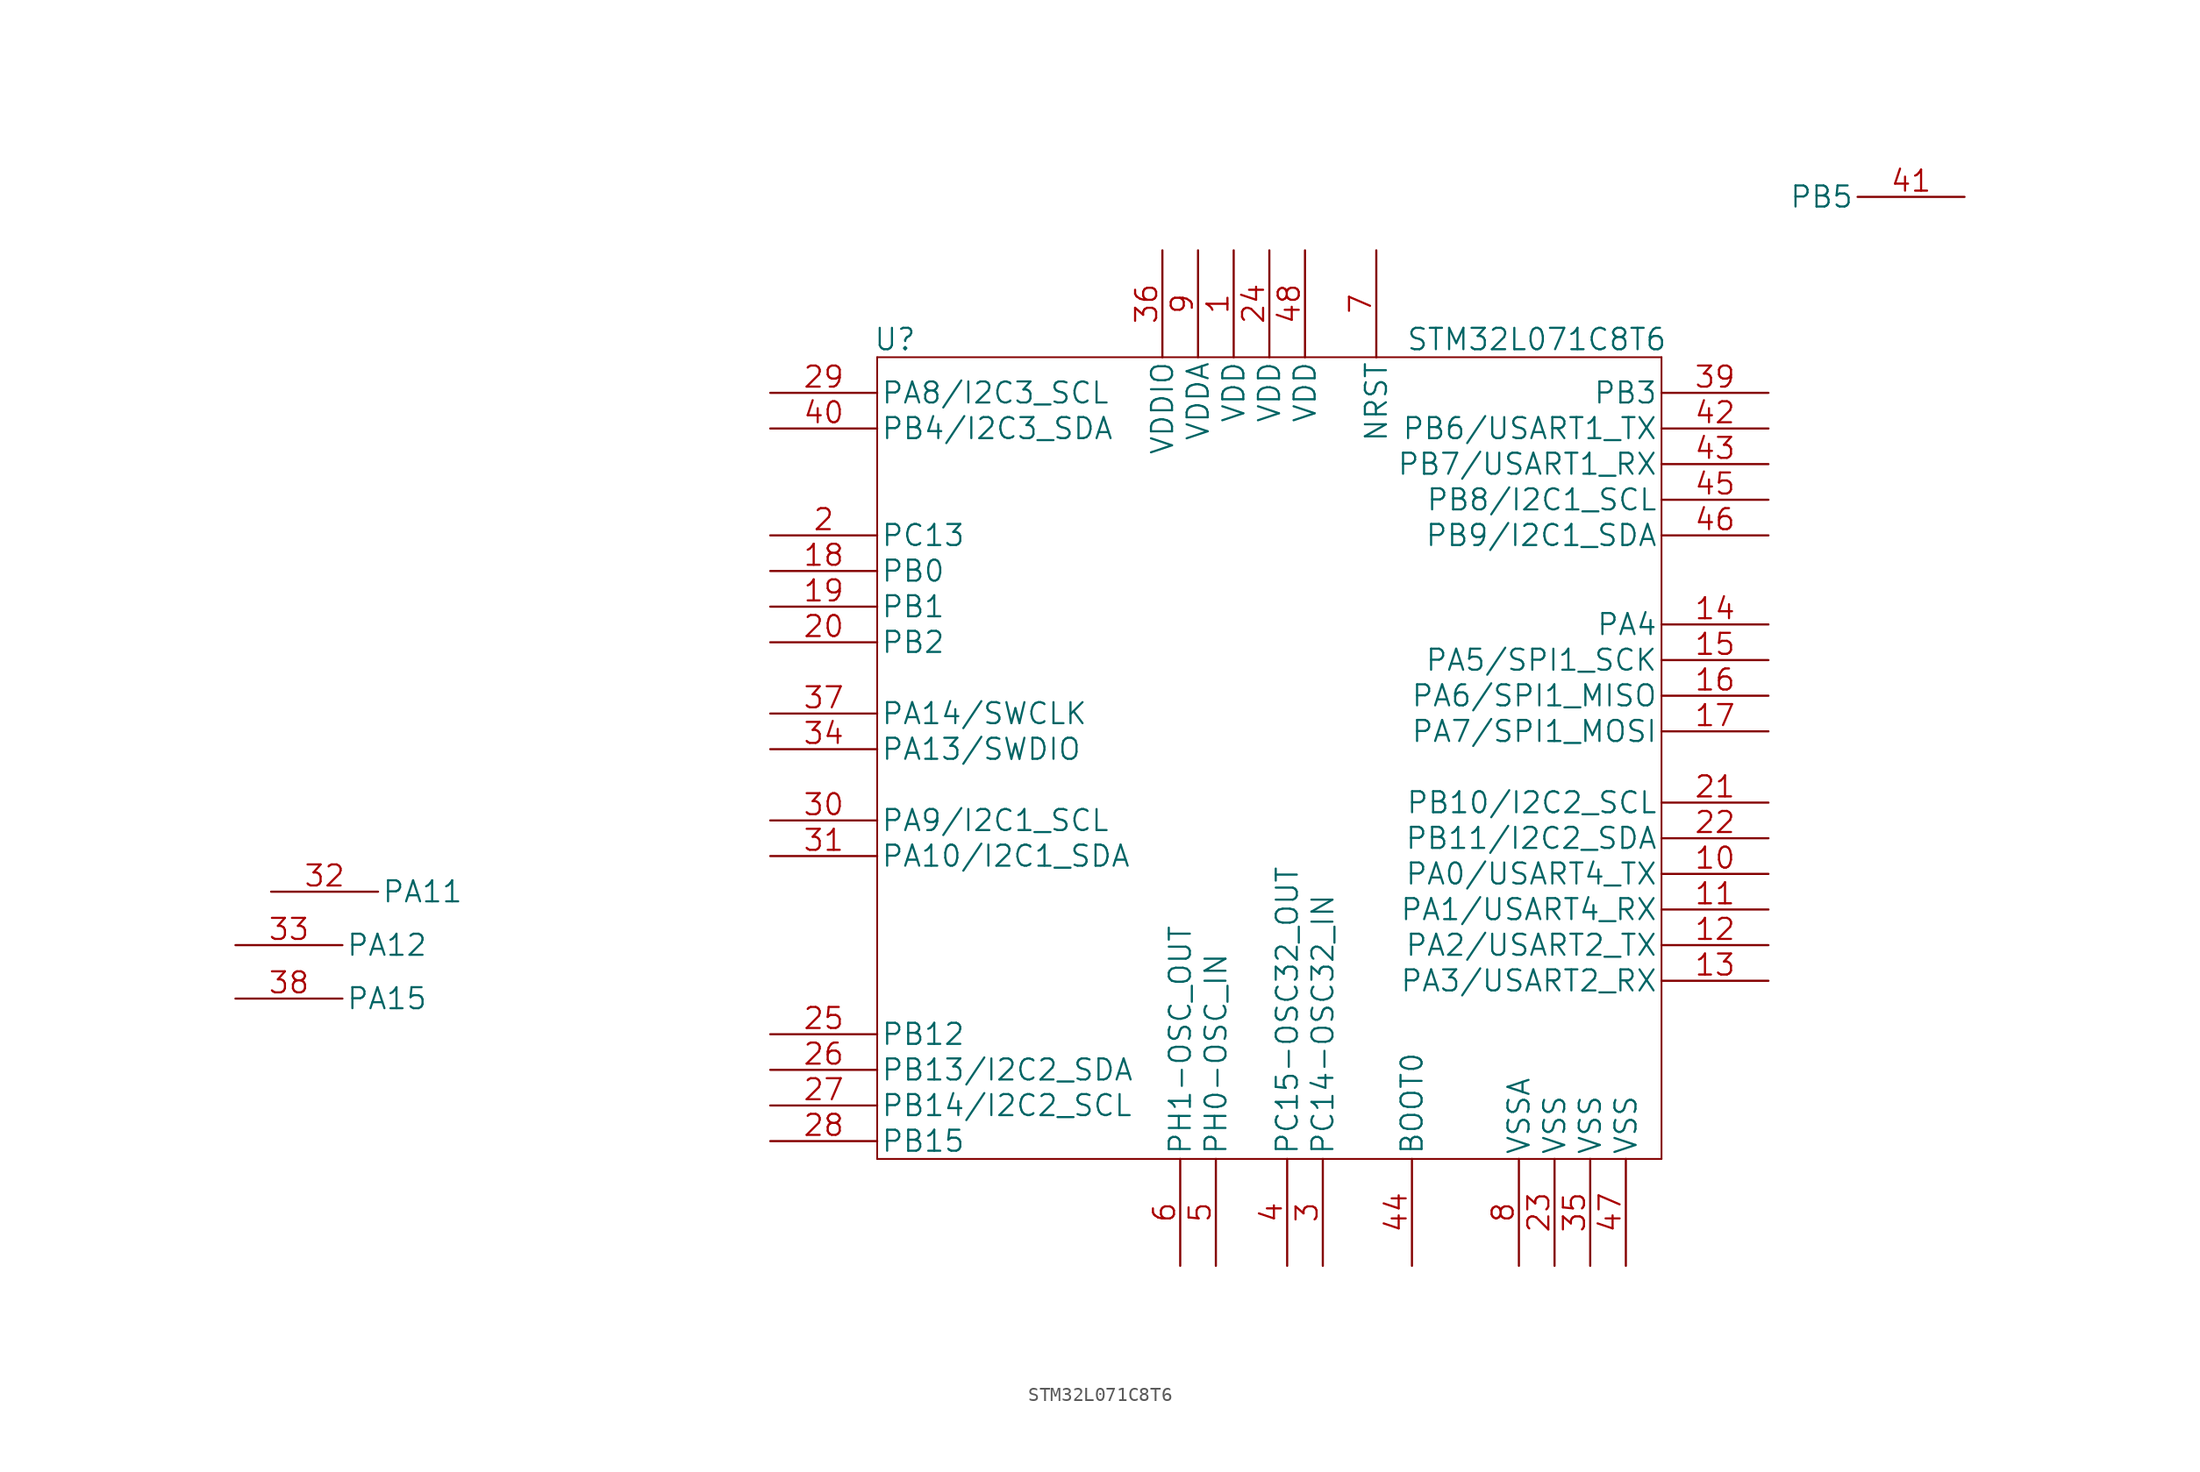
<source format=kicad_sym>
(kicad_symbol_lib
  (version 20211014)
  (generator kicad_symbol_editor)
  (symbol "STM32L071C8T6"
    (pin_names
      (offset 0.254))
    (property "Reference" "U"
      (at 8.89 3.81 0)
      (effects (font (size 1.524 1.524))))
    (property "Value" "STM32L071C8T6"
      (at 54.61 3.81 0)
      (effects (font (size 1.524 1.524))))
    (symbol "STM32L071C8T6_1_1"
      (polyline (pts (xy 7.62 -54.61) (xy 63.5 -54.61)) (stroke (width 0.127) (type default)) (fill (type none)))
      (polyline (pts (xy 7.62 2.54) (xy 7.62 -54.61)) (stroke (width 0.127) (type default)) (fill (type none)))
      (polyline (pts (xy 63.5 -54.61) (xy 63.5 2.54)) (stroke (width 0.127) (type default)) (fill (type none)))
      (polyline (pts (xy 63.5 2.54) (xy 7.62 2.54)) (stroke (width 0.127) (type default)) (fill (type none)))
      (pin power_in line (at 33.02 10.16 270) (length 7.62) (name "VDD" (effects (font (size 1.499 1.499)))) (number "1" (effects (font (size 1.499 1.499)))))
      (pin bidirectional line (at 71.12 -34.29 180) (length 7.62) (name "PA0/USART4_TX" (effects (font (size 1.499 1.499)))) (number "10" (effects (font (size 1.499 1.499)))))
      (pin bidirectional line (at 71.12 -36.83 180) (length 7.62) (name "PA1/USART4_RX" (effects (font (size 1.499 1.499)))) (number "11" (effects (font (size 1.499 1.499)))))
      (pin bidirectional line (at 71.12 -39.37 180) (length 7.62) (name "PA2/USART2_TX" (effects (font (size 1.499 1.499)))) (number "12" (effects (font (size 1.499 1.499)))))
      (pin bidirectional line (at 71.12 -41.91 180) (length 7.62) (name "PA3/USART2_RX" (effects (font (size 1.499 1.499)))) (number "13" (effects (font (size 1.499 1.499)))))
      (pin bidirectional line (at 71.12 -16.51 180) (length 7.62) (name "PA4" (effects (font (size 1.499 1.499)))) (number "14" (effects (font (size 1.499 1.499)))))
      (pin bidirectional line (at 71.12 -19.05 180) (length 7.62) (name "PA5/SPI1_SCK" (effects (font (size 1.499 1.499)))) (number "15" (effects (font (size 1.499 1.499)))))
      (pin bidirectional line (at 71.12 -21.59 180) (length 7.62) (name "PA6/SPI1_MISO" (effects (font (size 1.499 1.499)))) (number "16" (effects (font (size 1.499 1.499)))))
      (pin bidirectional line (at 71.12 -24.13 180) (length 7.62) (name "PA7/SPI1_MOSI" (effects (font (size 1.499 1.499)))) (number "17" (effects (font (size 1.499 1.499)))))
      (pin bidirectional line (at 0 -12.7 0) (length 7.62) (name "PB0" (effects (font (size 1.499 1.499)))) (number "18" (effects (font (size 1.499 1.499)))))
      (pin bidirectional line (at 0 -15.24 0) (length 7.62) (name "PB1" (effects (font (size 1.499 1.499)))) (number "19" (effects (font (size 1.499 1.499)))))
      (pin bidirectional line (at 0 -10.16 0) (length 7.62) (name "PC13" (effects (font (size 1.499 1.499)))) (number "2" (effects (font (size 1.499 1.499)))))
      (pin bidirectional line (at 0 -17.78 0) (length 7.62) (name "PB2" (effects (font (size 1.499 1.499)))) (number "20" (effects (font (size 1.499 1.499)))))
      (pin bidirectional line (at 71.12 -29.21 180) (length 7.62) (name "PB10/I2C2_SCL" (effects (font (size 1.499 1.499)))) (number "21" (effects (font (size 1.499 1.499)))))
      (pin bidirectional line (at 71.12 -31.75 180) (length 7.62) (name "PB11/I2C2_SDA" (effects (font (size 1.499 1.499)))) (number "22" (effects (font (size 1.499 1.499)))))
      (pin power_in line (at 55.88 -62.23 90) (length 7.62) (name "VSS" (effects (font (size 1.499 1.499)))) (number "23" (effects (font (size 1.499 1.499)))))
      (pin power_in line (at 35.56 10.16 270) (length 7.62) (name "VDD" (effects (font (size 1.499 1.499)))) (number "24" (effects (font (size 1.499 1.499)))))
      (pin bidirectional line (at 0 -45.72 0) (length 7.62) (name "PB12" (effects (font (size 1.499 1.499)))) (number "25" (effects (font (size 1.499 1.499)))))
      (pin bidirectional line (at 0 -48.26 0) (length 7.62) (name "PB13/I2C2_SDA" (effects (font (size 1.499 1.499)))) (number "26" (effects (font (size 1.499 1.499)))))
      (pin bidirectional line (at 0 -50.8 0) (length 7.62) (name "PB14/I2C2_SCL" (effects (font (size 1.499 1.499)))) (number "27" (effects (font (size 1.499 1.499)))))
      (pin bidirectional line (at 0 -53.34 0) (length 7.62) (name "PB15" (effects (font (size 1.499 1.499)))) (number "28" (effects (font (size 1.499 1.499)))))
      (pin bidirectional line (at 0 0 0) (length 7.62) (name "PA8/I2C3_SCL" (effects (font (size 1.499 1.499)))) (number "29" (effects (font (size 1.499 1.499)))))
      (pin bidirectional line (at 39.37 -62.23 90) (length 7.62) (name "PC14-OSC32_IN" (effects (font (size 1.499 1.499)))) (number "3" (effects (font (size 1.499 1.499)))))
      (pin bidirectional line (at 0 -30.48 0) (length 7.62) (name "PA9/I2C1_SCL" (effects (font (size 1.499 1.499)))) (number "30" (effects (font (size 1.499 1.499)))))
      (pin bidirectional line (at 0 -33.02 0) (length 7.62) (name "PA10/I2C1_SDA" (effects (font (size 1.499 1.499)))) (number "31" (effects (font (size 1.499 1.499)))))
      (pin bidirectional line (at -35.56 -35.56 0) (length 7.62) (name "PA11" (effects (font (size 1.499 1.499)))) (number "32" (effects (font (size 1.499 1.499)))))
      (pin bidirectional line (at -38.1 -39.37 0) (length 7.62) (name "PA12" (effects (font (size 1.499 1.499)))) (number "33" (effects (font (size 1.499 1.499)))))
      (pin bidirectional line (at 0 -25.4 0) (length 7.62) (name "PA13/SWDIO" (effects (font (size 1.499 1.499)))) (number "34" (effects (font (size 1.499 1.499)))))
      (pin power_in line (at 58.42 -62.23 90) (length 7.62) (name "VSS" (effects (font (size 1.499 1.499)))) (number "35" (effects (font (size 1.499 1.499)))))
      (pin power_in line (at 27.94 10.16 270) (length 7.62) (name "VDDIO" (effects (font (size 1.499 1.499)))) (number "36" (effects (font (size 1.499 1.499)))))
      (pin bidirectional line (at 0 -22.86 0) (length 7.62) (name "PA14/SWCLK" (effects (font (size 1.499 1.499)))) (number "37" (effects (font (size 1.499 1.499)))))
      (pin bidirectional line (at -38.1 -43.18 0) (length 7.62) (name "PA15" (effects (font (size 1.499 1.499)))) (number "38" (effects (font (size 1.499 1.499)))))
      (pin bidirectional line (at 71.12 0 180) (length 7.62) (name "PB3" (effects (font (size 1.499 1.499)))) (number "39" (effects (font (size 1.499 1.499)))))
      (pin bidirectional line (at 36.83 -62.23 90) (length 7.62) (name "PC15-OSC32_OUT" (effects (font (size 1.499 1.499)))) (number "4" (effects (font (size 1.499 1.499)))))
      (pin bidirectional line (at 0 -2.54 0) (length 7.62) (name "PB4/I2C3_SDA" (effects (font (size 1.499 1.499)))) (number "40" (effects (font (size 1.499 1.499)))))
      (pin bidirectional line (at 85.09 13.97 180) (length 7.62) (name "PB5" (effects (font (size 1.499 1.499)))) (number "41" (effects (font (size 1.499 1.499)))))
      (pin bidirectional line (at 71.12 -2.54 180) (length 7.62) (name "PB6/USART1_TX" (effects (font (size 1.499 1.499)))) (number "42" (effects (font (size 1.499 1.499)))))
      (pin bidirectional line (at 71.12 -5.08 180) (length 7.62) (name "PB7/USART1_RX" (effects (font (size 1.499 1.499)))) (number "43" (effects (font (size 1.499 1.499)))))
      (pin input line (at 45.72 -62.23 90) (length 7.62) (name "BOOT0" (effects (font (size 1.499 1.499)))) (number "44" (effects (font (size 1.499 1.499)))))
      (pin bidirectional line (at 71.12 -7.62 180) (length 7.62) (name "PB8/I2C1_SCL" (effects (font (size 1.499 1.499)))) (number "45" (effects (font (size 1.499 1.499)))))
      (pin bidirectional line (at 71.12 -10.16 180) (length 7.62) (name "PB9/I2C1_SDA" (effects (font (size 1.499 1.499)))) (number "46" (effects (font (size 1.499 1.499)))))
      (pin power_in line (at 60.96 -62.23 90) (length 7.62) (name "VSS" (effects (font (size 1.499 1.499)))) (number "47" (effects (font (size 1.499 1.499)))))
      (pin power_in line (at 38.1 10.16 270) (length 7.62) (name "VDD" (effects (font (size 1.499 1.499)))) (number "48" (effects (font (size 1.499 1.499)))))
      (pin bidirectional line (at 31.75 -62.23 90) (length 7.62) (name "PH0-OSC_IN" (effects (font (size 1.499 1.499)))) (number "5" (effects (font (size 1.499 1.499)))))
      (pin bidirectional line (at 29.21 -62.23 90) (length 7.62) (name "PH1-OSC_OUT" (effects (font (size 1.499 1.499)))) (number "6" (effects (font (size 1.499 1.499)))))
      (pin bidirectional line (at 43.18 10.16 270) (length 7.62) (name "NRST" (effects (font (size 1.499 1.499)))) (number "7" (effects (font (size 1.499 1.499)))))
      (pin power_in line (at 53.34 -62.23 90) (length 7.62) (name "VSSA" (effects (font (size 1.499 1.499)))) (number "8" (effects (font (size 1.499 1.499)))))
      (pin power_in line (at 30.48 10.16 270) (length 7.62) (name "VDDA" (effects (font (size 1.499 1.499)))) (number "9" (effects (font (size 1.499 1.499))))))))
</source>
